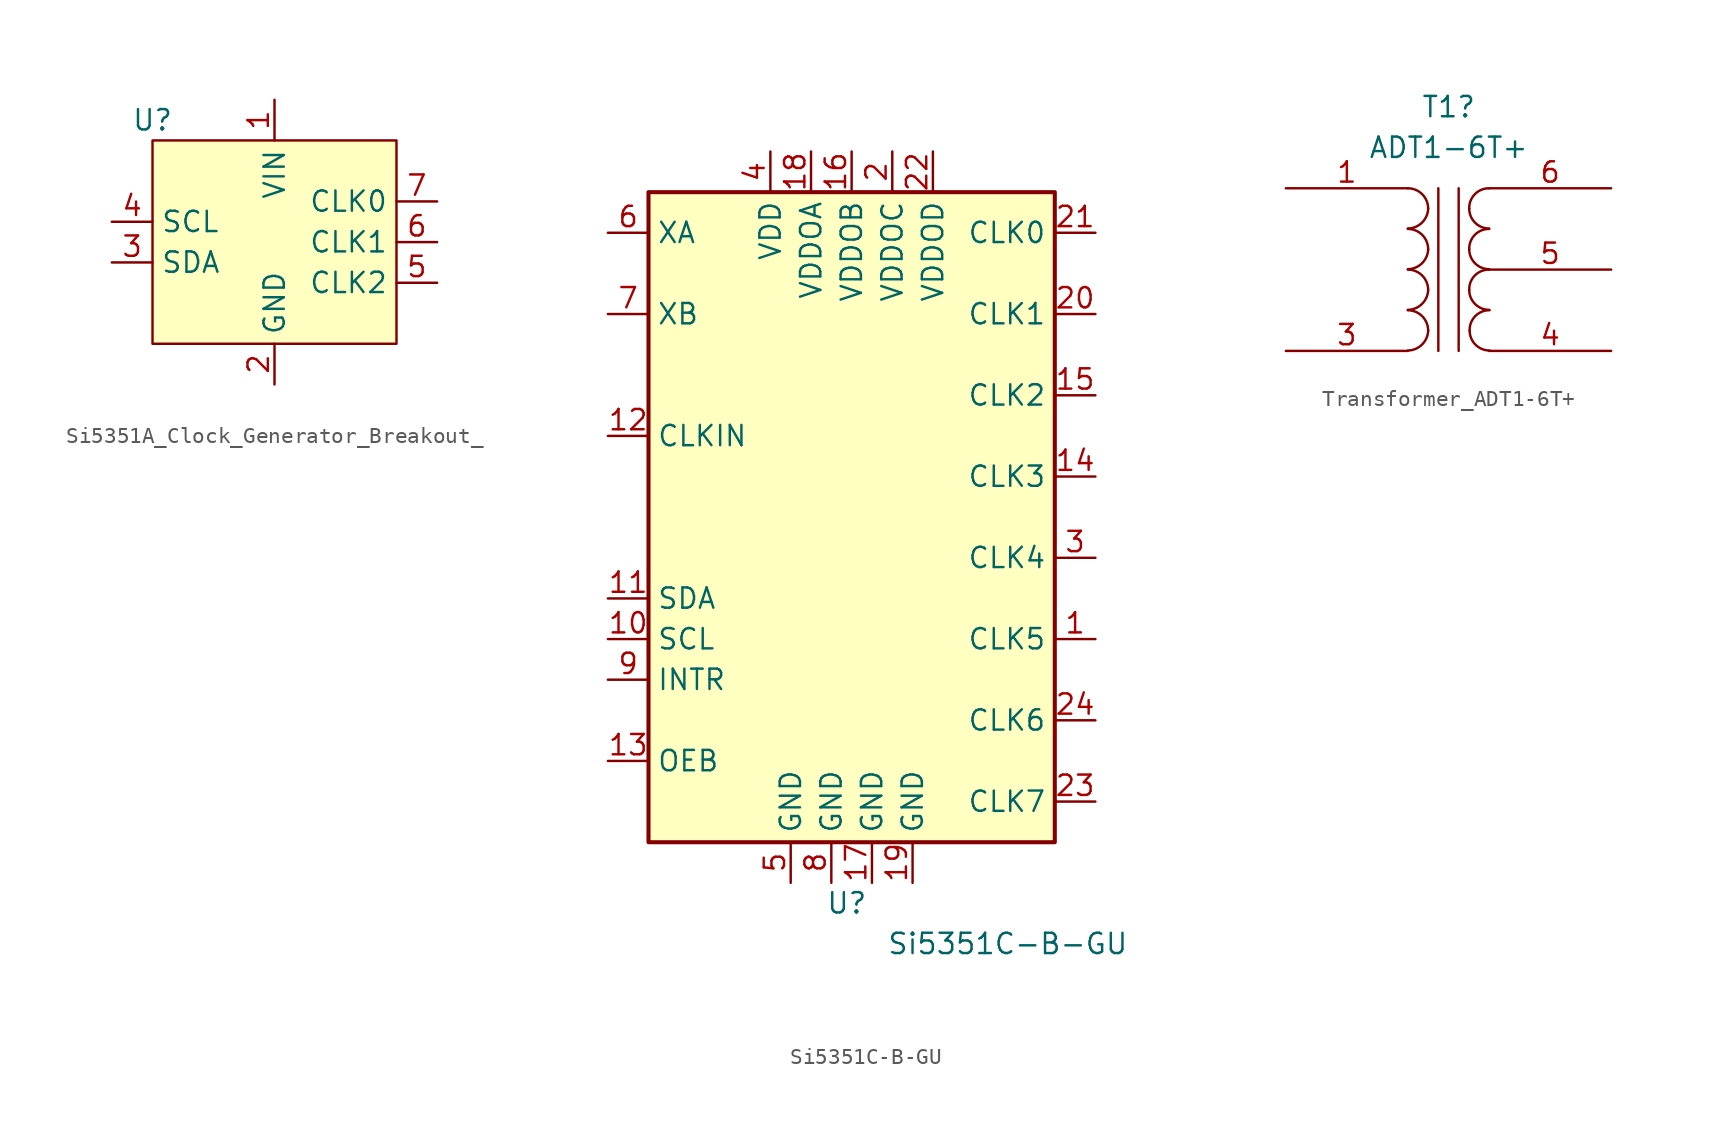
<source format=kicad_sym>
(kicad_symbol_lib
  (version 20231120)
  (generator "kicad_symbol_editor")
  (generator_version "8.0")
  (symbol "Si5351A_Clock_Generator_Breakout_"
    (property "Reference" "U"
      (at -7.62 7.62 0)
      (effects (font (size 1.27 1.27))))
    (property "Value" ""
      (at 0 6.35 0)
      (effects (font (size 1.27 1.27))))
    (symbol "Si5351A_Clock_Generator_Breakout__1_1"
      (rectangle (start -7.62 6.35) (end 7.62 -6.35) (stroke (width 0) (type default)) (fill (type background)))
      (pin power_in line (at 0 8.89 270) (length 2.54) (name "VIN" (effects (font (size 1.27 1.27)))) (number "1" (effects (font (size 1.27 1.27)))))
      (pin power_in line (at 0 -8.89 90) (length 2.54) (name "GND" (effects (font (size 1.27 1.27)))) (number "2" (effects (font (size 1.27 1.27)))))
      (pin bidirectional line (at -10.16 -1.27 0) (length 2.54) (name "SDA" (effects (font (size 1.27 1.27)))) (number "3" (effects (font (size 1.27 1.27)))))
      (pin input line (at -10.16 1.27 0) (length 2.54) (name "SCL" (effects (font (size 1.27 1.27)))) (number "4" (effects (font (size 1.27 1.27)))))
      (pin output line (at 10.16 -2.54 180) (length 2.54) (name "CLK2" (effects (font (size 1.27 1.27)))) (number "5" (effects (font (size 1.27 1.27)))))
      (pin output line (at 10.16 0 180) (length 2.54) (name "CLK1" (effects (font (size 1.27 1.27)))) (number "6" (effects (font (size 1.27 1.27)))))
      (pin output line (at 10.16 2.54 180) (length 2.54) (name "CLK0" (effects (font (size 1.27 1.27)))) (number "7" (effects (font (size 1.27 1.27)))))))
  (symbol "Si5351C-B-GU"
    (property "Reference" "U"
      (at -1.616 -24.13 0)
      (effects (font (size 1.27 1.27)) (justify left)))
    (property "Value" "Si5351C-B-GU"
      (at 2.194 -26.67 0)
      (effects (font (size 1.27 1.27)) (justify left)))
    (symbol "Si5351C-B-GU_1_0"
      (pin power_in line (at 1.27 -22.86 90) (length 2.54) (name "GND" (effects (font (size 1.27 1.27)))) (number "17" (effects (font (size 1.27 1.27)))))
      (pin power_in line (at 3.81 -22.86 90) (length 2.54) (name "GND" (effects (font (size 1.27 1.27)))) (number "19" (effects (font (size 1.27 1.27)))))
      (pin power_in line (at -1.27 -22.86 90) (length 2.54) (name "GND" (effects (font (size 1.27 1.27)))) (number "8" (effects (font (size 1.27 1.27))))))
    (symbol "Si5351C-B-GU_1_1"
      (rectangle (start -12.7 20.32) (end 12.7 -20.32) (stroke (width 0.254) (type default)) (fill (type background)))
      (pin output line (at 15.24 -7.62 180) (length 2.54) (name "CLK5" (effects (font (size 1.27 1.27)))) (number "1" (effects (font (size 1.27 1.27)))))
      (pin input line (at -15.24 -7.62 0) (length 2.54) (name "SCL" (effects (font (size 1.27 1.27)))) (number "10" (effects (font (size 1.27 1.27)))))
      (pin bidirectional line (at -15.24 -5.08 0) (length 2.54) (name "SDA" (effects (font (size 1.27 1.27)))) (number "11" (effects (font (size 1.27 1.27)))))
      (pin input line (at -15.24 5.08 0) (length 2.54) (name "CLKIN" (effects (font (size 1.27 1.27)))) (number "12" (effects (font (size 1.27 1.27)))))
      (pin input line (at -15.24 -15.24 0) (length 2.54) (name "OEB" (effects (font (size 1.27 1.27)))) (number "13" (effects (font (size 1.27 1.27)))))
      (pin output line (at 15.24 2.54 180) (length 2.54) (name "CLK3" (effects (font (size 1.27 1.27)))) (number "14" (effects (font (size 1.27 1.27)))))
      (pin output line (at 15.24 7.62 180) (length 2.54) (name "CLK2" (effects (font (size 1.27 1.27)))) (number "15" (effects (font (size 1.27 1.27)))))
      (pin power_in line (at 0 22.86 270) (length 2.54) (name "VDDOB" (effects (font (size 1.27 1.27)))) (number "16" (effects (font (size 1.27 1.27)))))
      (pin power_in line (at -2.54 22.86 270) (length 2.54) (name "VDDOA" (effects (font (size 1.27 1.27)))) (number "18" (effects (font (size 1.27 1.27)))))
      (pin power_in line (at 2.54 22.86 270) (length 2.54) (name "VDDOC" (effects (font (size 1.27 1.27)))) (number "2" (effects (font (size 1.27 1.27)))))
      (pin output line (at 15.24 12.7 180) (length 2.54) (name "CLK1" (effects (font (size 1.27 1.27)))) (number "20" (effects (font (size 1.27 1.27)))))
      (pin output line (at 15.24 17.78 180) (length 2.54) (name "CLK0" (effects (font (size 1.27 1.27)))) (number "21" (effects (font (size 1.27 1.27)))))
      (pin power_in line (at 5.08 22.86 270) (length 2.54) (name "VDDOD" (effects (font (size 1.27 1.27)))) (number "22" (effects (font (size 1.27 1.27)))))
      (pin output line (at 15.24 -17.78 180) (length 2.54) (name "CLK7" (effects (font (size 1.27 1.27)))) (number "23" (effects (font (size 1.27 1.27)))))
      (pin output line (at 15.24 -12.7 180) (length 2.54) (name "CLK6" (effects (font (size 1.27 1.27)))) (number "24" (effects (font (size 1.27 1.27)))))
      (pin output line (at 15.24 -2.54 180) (length 2.54) (name "CLK4" (effects (font (size 1.27 1.27)))) (number "3" (effects (font (size 1.27 1.27)))))
      (pin power_in line (at -5.08 22.86 270) (length 2.54) (name "VDD" (effects (font (size 1.27 1.27)))) (number "4" (effects (font (size 1.27 1.27)))))
      (pin power_in line (at -3.81 -22.86 90) (length 2.54) (name "GND" (effects (font (size 1.27 1.27)))) (number "5" (effects (font (size 1.27 1.27)))))
      (pin input line (at -15.24 17.78 0) (length 2.54) (name "XA" (effects (font (size 1.27 1.27)))) (number "6" (effects (font (size 1.27 1.27)))))
      (pin input line (at -15.24 12.7 0) (length 2.54) (name "XB" (effects (font (size 1.27 1.27)))) (number "7" (effects (font (size 1.27 1.27)))))
      (pin output line (at -15.24 -10.16 0) (length 2.54) (name "INTR" (effects (font (size 1.27 1.27)))) (number "9" (effects (font (size 1.27 1.27)))))))
  (symbol "Transformer_ADT1-6T+"
    (pin_names
      (offset 1.016) hide)
    (property "Reference" "T1"
      (at 0.013 10.16 0)
      (effects (font (size 1.27 1.27))))
    (property "Value" "ADT1-6T+"
      (at 0.013 7.62 0)
      (effects (font (size 1.27 1.27))))
    (symbol "Transformer_ADT1-6T+_0_1"
      (arc (start -2.54 -5.0546) (mid -1.6599 -4.6901) (end -1.27 -3.81) (stroke (width 0) (type default)) (fill (type none)))
      (arc (start -2.54 -2.5146) (mid -1.6599 -2.1501) (end -1.27 -1.27) (stroke (width 0) (type default)) (fill (type none)))
      (arc (start -2.54 0.0254) (mid -1.6599 0.3899) (end -1.27 1.27) (stroke (width 0) (type default)) (fill (type none)))
      (arc (start -2.54 2.5654) (mid -1.6599 2.9299) (end -1.27 3.81) (stroke (width 0) (type default)) (fill (type none)))
      (arc (start -1.27 -3.81) (mid -1.642 -2.912) (end -2.54 -2.54) (stroke (width 0) (type default)) (fill (type none)))
      (arc (start -1.27 -1.27) (mid -1.642 -0.372) (end -2.54 0) (stroke (width 0) (type default)) (fill (type none)))
      (arc (start -1.27 1.27) (mid -1.642 2.168) (end -2.54 2.54) (stroke (width 0) (type default)) (fill (type none)))
      (arc (start -1.27 3.81) (mid -1.642 4.708) (end -2.54 5.08) (stroke (width 0) (type default)) (fill (type none)))
      (polyline (pts (xy -0.635 5.08) (xy -0.635 -5.08)) (stroke (width 0) (type default)) (fill (type none)))
      (polyline (pts (xy 0.635 -5.08) (xy 0.635 5.08)) (stroke (width 0) (type default)) (fill (type none)))
      (arc (start 1.2954 -1.27) (mid 1.6599 -2.1501) (end 2.54 -2.5146) (stroke (width 0) (type default)) (fill (type none)))
      (arc (start 1.2954 1.27) (mid 1.6599 0.3899) (end 2.54 0.0254) (stroke (width 0) (type default)) (fill (type none)))
      (arc (start 1.2954 3.81) (mid 1.6599 2.9299) (end 2.54 2.5654) (stroke (width 0) (type default)) (fill (type none)))
      (arc (start 1.3208 -3.81) (mid 1.6853 -4.6901) (end 2.5654 -5.0546) (stroke (width 0) (type default)) (fill (type none)))
      (arc (start 2.54 0) (mid 1.642 -0.372) (end 1.2954 -1.27) (stroke (width 0) (type default)) (fill (type none)))
      (arc (start 2.54 2.54) (mid 1.642 2.168) (end 1.2954 1.27) (stroke (width 0) (type default)) (fill (type none)))
      (arc (start 2.54 5.08) (mid 1.642 4.708) (end 1.2954 3.81) (stroke (width 0) (type default)) (fill (type none)))
      (arc (start 2.5654 -2.54) (mid 1.6674 -2.912) (end 1.3208 -3.81) (stroke (width 0) (type default)) (fill (type none))))
    (symbol "Transformer_ADT1-6T+_1_1"
      (pin passive line (at -10.16 5.08 0) (length 7.62) (name "Primary" (effects (font (size 1.27 1.27)))) (number "1" (effects (font (size 1.27 1.27)))))
      (pin no_connect line (at -10.16 0 0) (length 7.62) hide (name "Not_used" (effects (font (size 1.27 1.27)))) (number "2" (effects (font (size 1.27 1.27)))))
      (pin passive line (at -10.16 -5.08 0) (length 7.62) (name "Primary_dot" (effects (font (size 1.27 1.27)))) (number "3" (effects (font (size 1.27 1.27)))))
      (pin passive line (at 10.16 -5.08 180) (length 7.62) (name "Secondary_dot" (effects (font (size 1.27 1.27)))) (number "4" (effects (font (size 1.27 1.27)))))
      (pin passive line (at 10.16 0 180) (length 7.62) (name "Secondary_CT" (effects (font (size 1.27 1.27)))) (number "5" (effects (font (size 1.27 1.27)))))
      (pin passive line (at 10.16 5.08 180) (length 7.62) (name "Secondary_dot" (effects (font (size 1.27 1.27)))) (number "6" (effects (font (size 1.27 1.27))))))))
</source>
